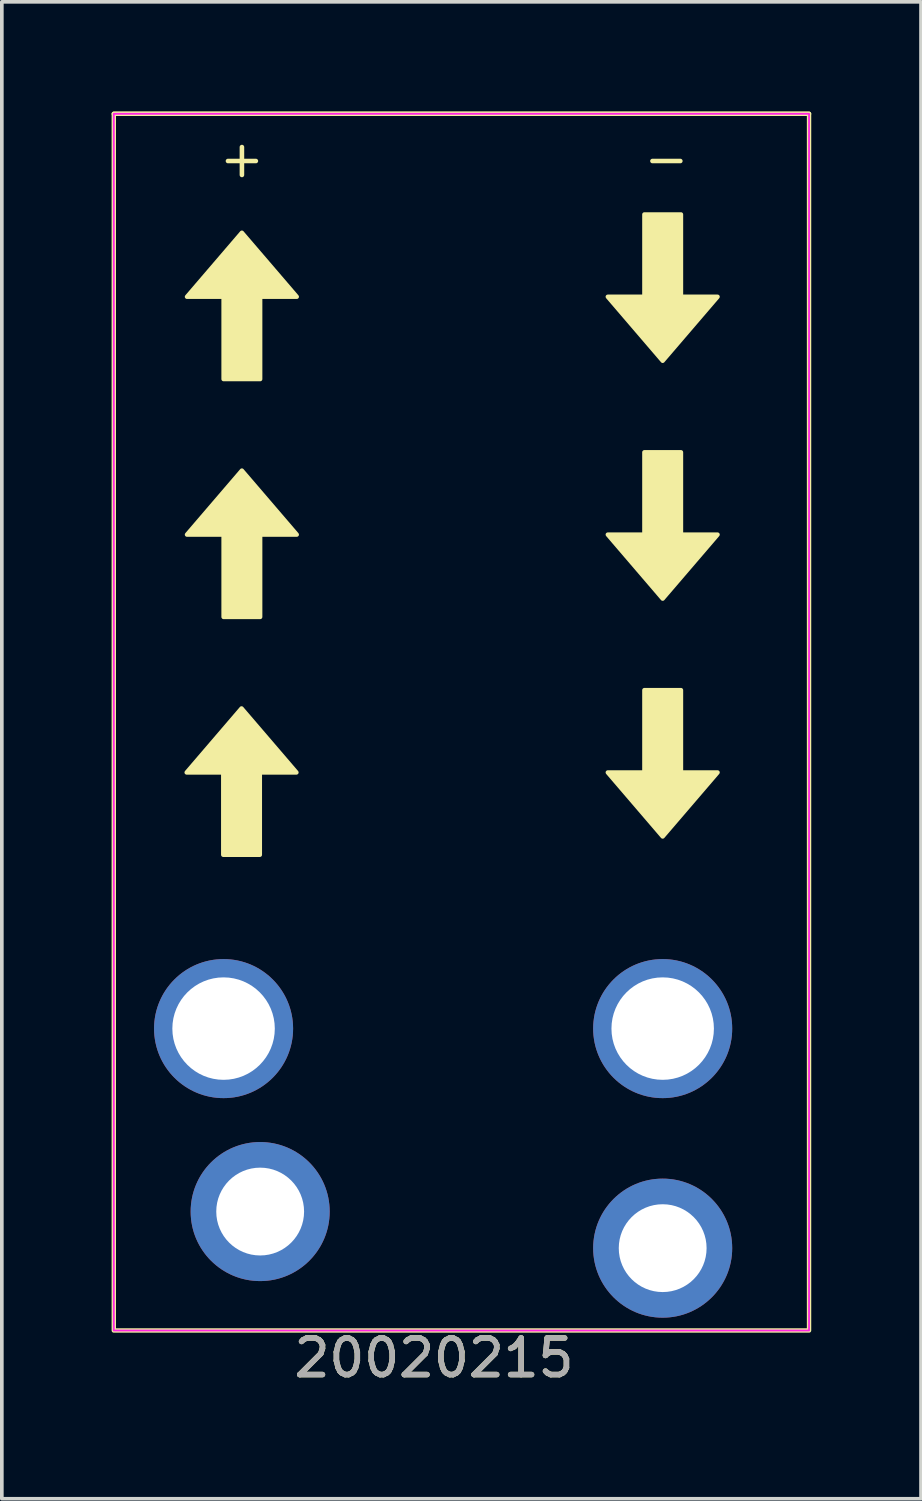
<source format=kicad_pcb>
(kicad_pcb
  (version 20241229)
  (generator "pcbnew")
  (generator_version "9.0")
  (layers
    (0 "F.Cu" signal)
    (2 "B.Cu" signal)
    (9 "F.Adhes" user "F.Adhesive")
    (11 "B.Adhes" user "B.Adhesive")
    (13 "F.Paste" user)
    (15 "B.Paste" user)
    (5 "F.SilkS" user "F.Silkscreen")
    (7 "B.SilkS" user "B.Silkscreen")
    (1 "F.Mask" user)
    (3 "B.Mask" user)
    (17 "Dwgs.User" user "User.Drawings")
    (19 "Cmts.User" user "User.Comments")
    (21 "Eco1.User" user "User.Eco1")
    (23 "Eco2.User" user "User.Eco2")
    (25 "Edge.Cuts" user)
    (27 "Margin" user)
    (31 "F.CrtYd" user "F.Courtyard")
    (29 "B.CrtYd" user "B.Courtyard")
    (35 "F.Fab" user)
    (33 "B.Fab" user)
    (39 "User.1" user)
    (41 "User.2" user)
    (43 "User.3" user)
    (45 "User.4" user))
  (footprint "20020215"
    (layer "F.Cu")
    (at 9.06 25.06)
    (property "Reference" "20020215" (at -0.25 9 0) (unlocked yes) (layer "F.SilkS") (effects (font (size 1 1) (thickness 0.15))))
    (attr smd)
    (fp_line (start -9 -25) (end 10 -25) (stroke (width 0.12) (type solid)) (layer "F.SilkS"))
    (fp_rect (start -9 -25) (end 10 8.25) (stroke (width 0.12) (type solid)) (fill no) (layer "F.SilkS"))
    (fp_poly (pts (xy -4.009 -7) (xy -5.009 -7) (xy -5.009 -4.75) (xy -6.009 -4.75) (xy -6.009 -7) (xy -7.009 -7) (xy -5.509 -8.75)) (stroke (width 0.12) (type solid)) (fill yes) (layer "F.SilkS"))
    (fp_poly (pts (xy -4 -20) (xy -5 -20) (xy -5 -17.75) (xy -6 -17.75) (xy -6 -20) (xy -7 -20) (xy -5.5 -21.75)) (stroke (width 0.12) (type solid)) (fill yes) (layer "F.SilkS"))
    (fp_poly (pts (xy -4 -13.5) (xy -5 -13.5) (xy -5 -11.25) (xy -6 -11.25) (xy -6 -13.5) (xy -7 -13.5) (xy -5.5 -15.25)) (stroke (width 0.12) (type solid)) (fill yes) (layer "F.SilkS"))
    (fp_poly (pts (xy 4.5 -20) (xy 5.5 -20) (xy 5.5 -22.25) (xy 6.5 -22.25) (xy 6.5 -20) (xy 7.5 -20) (xy 6 -18.25)) (stroke (width 0.12) (type solid)) (fill yes) (layer "F.SilkS"))
    (fp_poly (pts (xy 4.5 -13.5) (xy 5.5 -13.5) (xy 5.5 -15.75) (xy 6.5 -15.75) (xy 6.5 -13.5) (xy 7.5 -13.5) (xy 6 -11.75)) (stroke (width 0.12) (type solid)) (fill yes) (layer "F.SilkS"))
    (fp_poly (pts (xy 4.5 -7) (xy 5.5 -7) (xy 5.5 -9.25) (xy 6.5 -9.25) (xy 6.5 -7) (xy 7.5 -7) (xy 6 -5.25)) (stroke (width 0.12) (type solid)) (fill yes) (layer "F.SilkS"))
    (fp_rect (start -9 -25) (end 10 8.25) (stroke (width 0.05) (type solid)) (fill no) (layer "F.CrtYd"))
    (fp_text user "-" (at 5.4 -23.2 0) (unlocked yes) (layer "F.SilkS") (effects (font (size 1 1) (thickness 0.125)) (justify left bottom)))
    (fp_text user "+" (at -6.2 -23.2 0) (unlocked yes) (layer "F.SilkS") (effects (font (size 1 1) (thickness 0.125)) (justify left bottom)))
    (fp_text user "${REFERENCE}" (at -0.25 9 0) (unlocked yes) (layer "F.Fab") (effects (font (size 1 1) (thickness 0.15))))
    (pad "" thru_hole circle (at -6 0) (size 3.8 3.8) (drill 2.8) (layers "*.Cu" "*.Mask"))
    (pad "" thru_hole circle (at -5 5) (size 3.8 3.8) (drill 2.4) (layers "*.Cu" "*.Mask"))
    (pad "" thru_hole circle (at 6 0) (size 3.8 3.8) (drill 2.8) (layers "*.Cu" "*.Mask"))
    (pad "" thru_hole circle (at 6 6) (size 3.8 3.8) (drill 2.4) (layers "*.Cu" "*.Mask")))
  (gr_rect
    (start -3 -3)
    (end 22.12 37.908)
    (stroke (width 0.1) (type default))
    (fill no)
    (layer "Edge.Cuts")))
</source>
